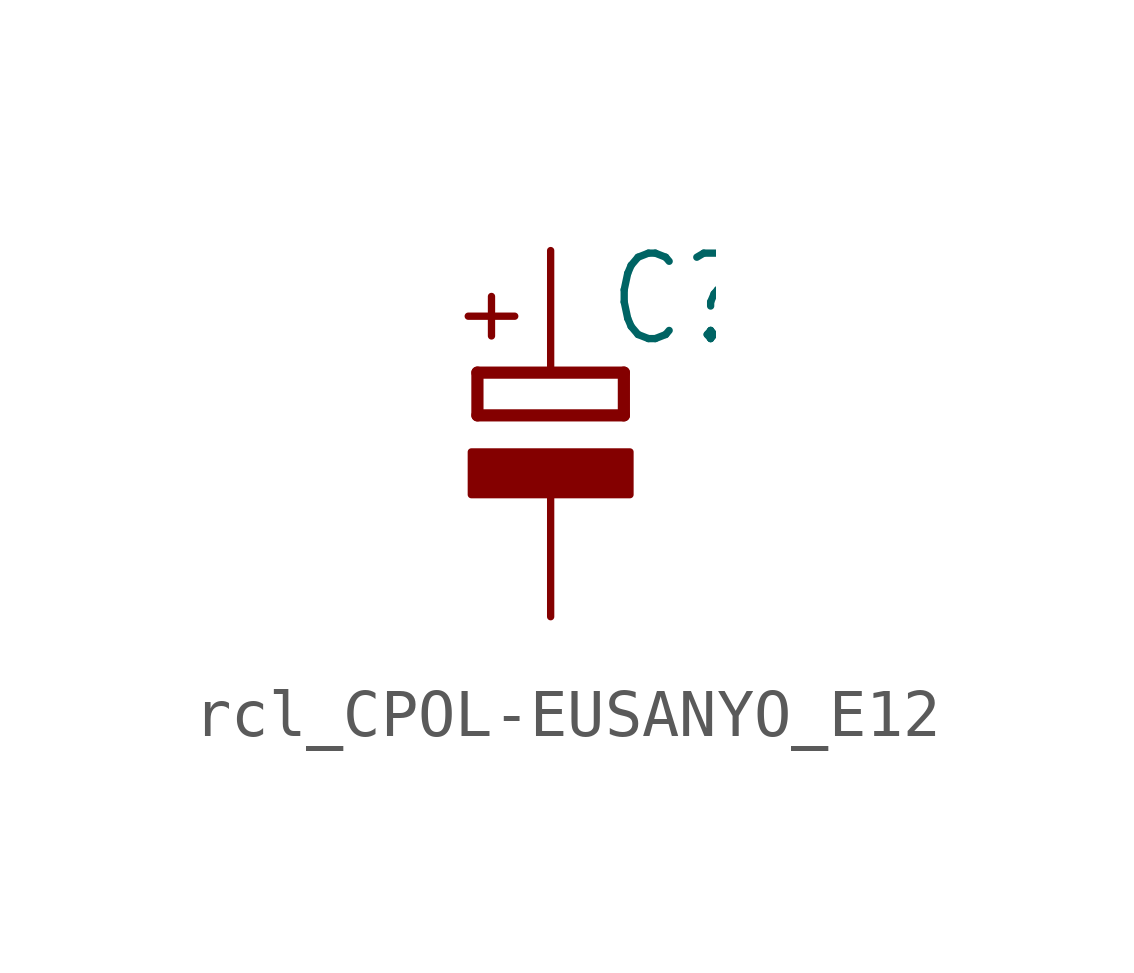
<source format=kicad_sym>
(kicad_symbol_lib
  (version 20231120)
  (generator "kicad_symbol_editor")
  (generator_version "8.0")
  (symbol "rcl_CPOL-EUSANYO_E12"
    (property "Reference" "C"
      (at 1.143 0.483 0)
      (effects (font (size 1.778 1.511)) (justify left bottom)))
    (property "Value" ""
      (at 1.143 -4.597 0)
      (effects (font (size 1.778 1.511)) (justify left bottom)))
    (property "ki_locked" ""
      (at 0 0 0)
      (effects (font (size 1.27 1.27))))
    (symbol "rcl_CPOL-EUSANYO_E12_1_0"
      (rectangle (start -1.651 -2.54) (end 1.651 -1.651) (stroke (width 0) (type default)) (fill (type outline)))
      (polyline (pts (xy -1.524 -0.889) (xy 1.524 -0.889)) (stroke (width 0.254) (type solid)) (fill (type none)))
      (polyline (pts (xy -1.524 0) (xy -1.524 -0.889)) (stroke (width 0.254) (type solid)) (fill (type none)))
      (polyline (pts (xy -1.524 0) (xy 1.524 0)) (stroke (width 0.254) (type solid)) (fill (type none)))
      (polyline (pts (xy 1.524 -0.889) (xy 1.524 0)) (stroke (width 0.254) (type solid)) (fill (type none)))
      (text "+" (at -0.584 0.406 900) (effects (font (size 1.27 1.079)) (justify left bottom)))
      (pin passive line (at 0 2.54 270) (length 2.54) (name "+" (effects (font (size 0 0)))) (number "+" (effects (font (size 0 0)))))
      (pin passive line (at 0 -5.08 90) (length 2.54) (name "-" (effects (font (size 0 0)))) (number "-" (effects (font (size 0 0))))))))
</source>
